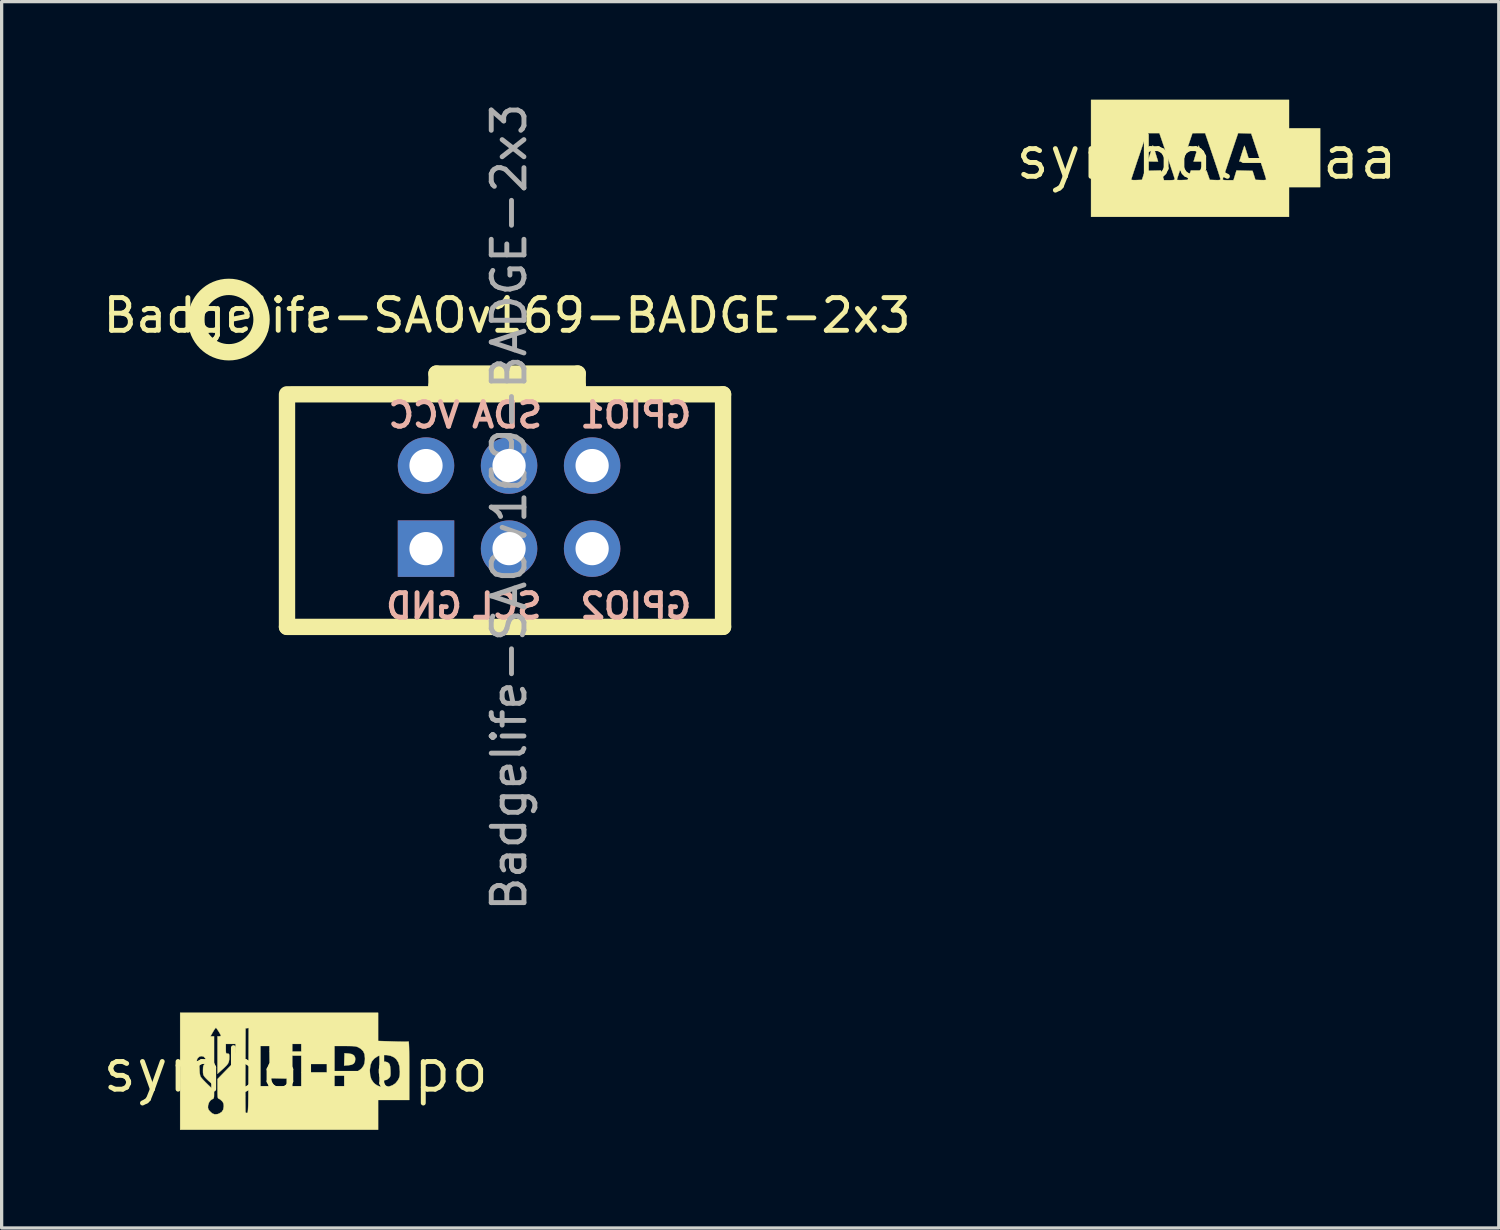
<source format=kicad_pcb>
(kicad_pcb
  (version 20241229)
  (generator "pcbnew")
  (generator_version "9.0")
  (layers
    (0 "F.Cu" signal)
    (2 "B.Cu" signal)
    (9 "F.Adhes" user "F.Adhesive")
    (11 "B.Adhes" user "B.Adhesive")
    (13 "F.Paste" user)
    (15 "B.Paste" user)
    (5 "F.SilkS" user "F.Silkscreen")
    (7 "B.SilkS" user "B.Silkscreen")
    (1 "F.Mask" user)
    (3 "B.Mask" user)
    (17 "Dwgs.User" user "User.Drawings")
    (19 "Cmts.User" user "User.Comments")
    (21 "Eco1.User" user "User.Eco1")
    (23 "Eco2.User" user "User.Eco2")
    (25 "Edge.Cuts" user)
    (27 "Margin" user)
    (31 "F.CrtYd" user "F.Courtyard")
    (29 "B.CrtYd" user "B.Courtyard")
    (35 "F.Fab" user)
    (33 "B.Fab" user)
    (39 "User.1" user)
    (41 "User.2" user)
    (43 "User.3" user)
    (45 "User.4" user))
  (footprint "Badgelife-SAOv169-BADGE-2x3"
    (layer "F.Cu")
    (at 12.458 12.438)
    (property "Reference" "Badgelife-SAOv169-BADGE-2x3" (at 0 -5.842 0) (layer "F.SilkS") (effects (font (size 1 1) (thickness 0.15))))
    (attr through_hole)
    (fp_line (start -6.731 3.683) (end -6.731 -3.429) (stroke (width 0.5) (type solid)) (layer "F.SilkS"))
    (fp_line (start -6.604 -3.429) (end 6.604 -3.429) (stroke (width 0.5) (type solid)) (layer "F.SilkS"))
    (fp_line (start -2.159 -4.064) (end 2.159 -4.064) (stroke (width 0.5) (type solid)) (layer "F.SilkS"))
    (fp_line (start -2.159 -3.556) (end -2.159 -4.064) (stroke (width 0.5) (type solid)) (layer "F.SilkS"))
    (fp_line (start 2.159 -4.064) (end 2.159 -3.556) (stroke (width 0.5) (type solid)) (layer "F.SilkS"))
    (fp_line (start 2.159 -3.683) (end -2.159 -3.683) (stroke (width 0.5) (type solid)) (layer "F.SilkS"))
    (fp_line (start 6.604 -3.429) (end 6.604 3.683) (stroke (width 0.5) (type solid)) (layer "F.SilkS"))
    (fp_line (start 6.604 3.683) (end -6.731 3.683) (stroke (width 0.5) (type solid)) (layer "F.SilkS"))
    (fp_circle (center -8.509 -5.715) (end -7.509 -5.715) (stroke (width 0.5) (type solid)) (fill no) (layer "F.SilkS"))
    (fp_text user "SCL" (at 0 3.048 0) (layer "B.SilkS") (effects (font (size 0.75 0.75) (thickness 0.15)) (justify mirror)))
    (fp_text user "GND" (at -2.54 3.048 0) (layer "B.SilkS") (effects (font (size 0.75 0.75) (thickness 0.15)) (justify mirror)))
    (fp_text user "SDA" (at 0 -2.794 0) (layer "B.SilkS") (effects (font (size 0.75 0.75) (thickness 0.15)) (justify mirror)))
    (fp_text user "GPIO2" (at 3.937 3.048 0) (layer "B.SilkS") (effects (font (size 0.75 0.75) (thickness 0.15)) (justify mirror)))
    (fp_text user "GPIO1" (at 3.937 -2.794 0) (layer "B.SilkS") (effects (font (size 0.75 0.75) (thickness 0.15)) (justify mirror)))
    (fp_text user "VCC" (at -2.54 -2.794 0) (layer "B.SilkS") (effects (font (size 0.75 0.75) (thickness 0.15)) (justify mirror)))
    (fp_text user "${REFERENCE}" (at 0.06 0.02 270) (layer "F.Fab") (effects (font (size 1 1) (thickness 0.15))))
    (pad "1" thru_hole oval (at -2.48 -1.25 270) (size 1.727 1.727) (drill 1.016) (layers "*.Cu" "*.Mask"))
    (pad "2" thru_hole rect (at -2.48 1.29 270) (size 1.727 1.727) (drill 1.016) (layers "*.Cu" "*.Mask"))
    (pad "3" thru_hole oval (at 0.06 -1.25 270) (size 1.727 1.727) (drill 1.016) (layers "*.Cu" "*.Mask"))
    (pad "4" thru_hole oval (at 0.06 1.29 270) (size 1.727 1.727) (drill 1.016) (layers "*.Cu" "*.Mask"))
    (pad "5" thru_hole circle (at 2.6 -1.25 270) (size 1.727 1.727) (drill 1.016) (layers "*.Cu" "*.Mask"))
    (pad "6" thru_hole circle (at 2.6 1.29 270) (size 1.727 1.727) (drill 1.016) (layers "*.Cu" "*.Mask")))
  (footprint "symbol-aaa"
    (layer "F.Cu")
    (at 33.851 1.762)
    (property "Reference" "symbol-aaa" (at 0 0 0) (layer "F.SilkS") (effects (font (size 1.27 1.27) (thickness 0.15))))
    (attr through_hole)
    (fp_poly (pts (xy -1.615 -0.286) (xy -1.595 -0.223) (xy -1.567 -0.138) (xy -1.539 -0.047) (xy -1.536 -0.037) (xy -1.485 0.127) (xy -1.644 0.127) (xy -1.726 0.126) (xy -1.773 0.121) (xy -1.792 0.111) (xy -1.791 0.095) (xy -1.78 0.062) (xy -1.76 -0.002) (xy -1.733 -0.085) (xy -1.712 -0.154) (xy -1.645 -0.37) (xy -1.615 -0.286)) (stroke (width 0.01) (type solid)) (fill yes) (layer "F.SilkS"))
    (fp_poly (pts (xy -0.235 -0.341) (xy -0.217 -0.292) (xy -0.194 -0.222) (xy -0.19 -0.206) (xy -0.162 -0.116) (xy -0.135 -0.028) (xy -0.114 0.037) (xy -0.087 0.127) (xy -0.4 0.127) (xy -0.372 0.037) (xy -0.352 -0.03) (xy -0.325 -0.118) (xy -0.297 -0.206) (xy -0.274 -0.279) (xy -0.255 -0.334) (xy -0.244 -0.359) (xy -0.243 -0.36) (xy -0.235 -0.341)) (stroke (width 0.01) (type solid)) (fill yes) (layer "F.SilkS"))
    (fp_poly (pts (xy 1.162 -0.34) (xy 1.18 -0.292) (xy 1.204 -0.219) (xy 1.226 -0.15) (xy 1.255 -0.059) (xy 1.28 0.02) (xy 1.298 0.075) (xy 1.304 0.095) (xy 1.305 0.111) (xy 1.285 0.121) (xy 1.237 0.126) (xy 1.158 0.127) (xy 0.999 0.127) (xy 1.073 -0.111) (xy 1.103 -0.205) (xy 1.128 -0.282) (xy 1.146 -0.335) (xy 1.154 -0.356) (xy 1.162 -0.34)) (stroke (width 0.01) (type solid)) (fill yes) (layer "F.SilkS"))
    (fp_poly (pts (xy 2.519 -0.889) (xy 3.471 -0.889) (xy 3.471 0.91) (xy 2.519 0.91) (xy 2.519 1.82) (xy -3.535 1.82) (xy -3.535 0.684) (xy -2.308 0.684) (xy -2.288 0.691) (xy -2.236 0.695) (xy -2.163 0.695) (xy -2.143 0.694) (xy -1.979 0.688) (xy -1.933 0.55) (xy -1.887 0.413) (xy -1.4 0.401) (xy -1.352 0.55) (xy -1.304 0.699) (xy -1.139 0.699) (xy -1.048 0.696) (xy -0.994 0.689) (xy -0.987 0.684) (xy -0.91 0.684) (xy -0.891 0.691) (xy -0.839 0.695) (xy -0.766 0.695) (xy -0.746 0.694) (xy -0.582 0.688) (xy -0.532 0.545) (xy -0.482 0.402) (xy -0.005 0.402) (xy 0.045 0.545) (xy 0.095 0.688) (xy 0.259 0.694) (xy 0.346 0.696) (xy 0.397 0.692) (xy 0.42 0.681) (xy 0.423 0.672) (xy 0.491 0.672) (xy 0.499 0.686) (xy 0.537 0.695) (xy 0.61 0.698) (xy 0.653 0.699) (xy 0.821 0.699) (xy 0.867 0.55) (xy 0.912 0.401) (xy 1.158 0.407) (xy 1.404 0.413) (xy 1.448 0.55) (xy 1.492 0.688) (xy 1.656 0.694) (xy 1.744 0.696) (xy 1.796 0.691) (xy 1.818 0.68) (xy 1.82 0.673) (xy 1.814 0.647) (xy 1.795 0.585) (xy 1.767 0.494) (xy 1.729 0.376) (xy 1.684 0.238) (xy 1.633 0.084) (xy 1.591 -0.043) (xy 1.362 -0.73) (xy 1.162 -0.736) (xy 0.963 -0.742) (xy 0.73 -0.048) (xy 0.675 0.115) (xy 0.625 0.267) (xy 0.58 0.401) (xy 0.542 0.514) (xy 0.514 0.6) (xy 0.496 0.654) (xy 0.491 0.672) (xy 0.423 0.672) (xy 0.423 0.671) (xy 0.416 0.642) (xy 0.395 0.573) (xy 0.361 0.465) (xy 0.313 0.318) (xy 0.251 0.134) (xy 0.176 -0.089) (xy 0.088 -0.348) (xy 0.017 -0.556) (xy -0.046 -0.741) (xy -0.24 -0.741) (xy -0.434 -0.74) (xy -0.672 -0.037) (xy -0.728 0.127) (xy -0.779 0.279) (xy -0.823 0.413) (xy -0.86 0.526) (xy -0.888 0.611) (xy -0.905 0.665) (xy -0.91 0.684) (xy -0.987 0.684) (xy -0.974 0.675) (xy -0.974 0.672) (xy -0.98 0.646) (xy -0.999 0.586) (xy -1.028 0.494) (xy -1.067 0.377) (xy -1.113 0.239) (xy -1.164 0.085) (xy -1.209 -0.048) (xy -1.445 -0.741) (xy -1.832 -0.741) (xy -2.07 -0.037) (xy -2.126 0.127) (xy -2.176 0.279) (xy -2.221 0.413) (xy -2.258 0.526) (xy -2.286 0.611) (xy -2.303 0.665) (xy -2.308 0.684) (xy -3.535 0.684) (xy -3.535 -1.757) (xy 2.519 -1.757) (xy 2.519 -0.889)) (stroke (width 0.01) (type solid)) (fill yes) (layer "F.SilkS")))
  (footprint "symbol-lipo"
    (layer "F.Cu")
    (at 5.994 29.679)
    (property "Reference" "symbol-lipo" (at 0 0 0) (layer "F.SilkS") (effects (font (size 1.27 1.27) (thickness 0.15))))
    (attr through_hole)
    (fp_poly (pts (xy 1.609 -0.511) (xy 1.711 -0.494) (xy 1.779 -0.455) (xy 1.814 -0.393) (xy 1.82 -0.337) (xy 1.809 -0.255) (xy 1.771 -0.2) (xy 1.702 -0.166) (xy 1.611 -0.152) (xy 1.48 -0.143) (xy 1.486 -0.331) (xy 1.492 -0.519) (xy 1.609 -0.511)) (stroke (width 0.01) (type solid)) (fill yes) (layer "F.SilkS"))
    (fp_poly (pts (xy 2.805 -0.243) (xy 2.851 -0.207) (xy 2.873 -0.171) (xy 2.887 -0.114) (xy 2.895 -0.026) (xy 2.897 0.009) (xy 2.899 0.098) (xy 2.896 0.155) (xy 2.886 0.194) (xy 2.866 0.225) (xy 2.854 0.239) (xy 2.783 0.293) (xy 2.704 0.308) (xy 2.65 0.296) (xy 2.6 0.254) (xy 2.564 0.18) (xy 2.544 0.086) (xy 2.543 -0.022) (xy 2.562 -0.132) (xy 2.563 -0.134) (xy 2.601 -0.205) (xy 2.661 -0.248) (xy 2.733 -0.262) (xy 2.805 -0.243)) (stroke (width 0.01) (type solid)) (fill yes) (layer "F.SilkS"))
    (fp_poly (pts (xy 2.519 -0.895) (xy 2.974 -0.88) (xy 3.109 -0.876) (xy 3.23 -0.874) (xy 3.331 -0.873) (xy 3.405 -0.874) (xy 3.445 -0.877) (xy 3.45 -0.878) (xy 3.456 -0.861) (xy 3.461 -0.803) (xy 3.465 -0.703) (xy 3.468 -0.561) (xy 3.47 -0.376) (xy 3.471 -0.15) (xy 3.471 0.009) (xy 3.471 0.91) (xy 2.519 0.91) (xy 2.519 1.82) (xy -3.535 1.82) (xy -3.535 -0.309) (xy -3.026 -0.309) (xy -3.025 -0.245) (xy -2.992 -0.187) (xy -2.985 -0.18) (xy -2.96 -0.149) (xy -2.947 -0.105) (xy -2.942 -0.034) (xy -2.942 -0.002) (xy -2.937 0.085) (xy -2.924 0.159) (xy -2.912 0.195) (xy -2.885 0.232) (xy -2.834 0.29) (xy -2.767 0.36) (xy -2.69 0.436) (xy -2.69 0.436) (xy -2.498 0.619) (xy -2.498 0.742) (xy -2.5 0.814) (xy -2.509 0.855) (xy -2.528 0.874) (xy -2.537 0.877) (xy -2.603 0.919) (xy -2.654 0.989) (xy -2.681 1.078) (xy -2.682 1.084) (xy -2.684 1.151) (xy -2.668 1.201) (xy -2.634 1.247) (xy -2.558 1.318) (xy -2.481 1.35) (xy -2.394 1.343) (xy -2.341 1.325) (xy -2.262 1.275) (xy -2.217 1.203) (xy -2.201 1.102) (xy -2.201 1.098) (xy -2.207 1.027) (xy -2.229 0.976) (xy -2.266 0.933) (xy -2.313 0.893) (xy -2.352 0.87) (xy -2.362 0.868) (xy -2.374 0.861) (xy -2.382 0.836) (xy -2.388 0.787) (xy -2.391 0.709) (xy -2.391 0.634) (xy -1.541 0.634) (xy -1.541 0.815) (xy -1.54 0.972) (xy -1.539 1.101) (xy -1.538 1.199) (xy -1.537 1.263) (xy -1.535 1.287) (xy -1.508 1.308) (xy -1.487 1.308) (xy -1.479 1.305) (xy -1.473 1.295) (xy -1.467 1.277) (xy -1.463 1.247) (xy -1.459 1.201) (xy -1.456 1.137) (xy -1.453 1.051) (xy -1.451 0.941) (xy -1.449 0.804) (xy -1.448 0.635) (xy -1.446 0.432) (xy -1.445 0.193) (xy -1.444 0.004) (xy -1.441 -0.741) (xy -1.079 -0.741) (xy -1.079 0.487) (xy -0.275 0.487) (xy -0.275 0.255) (xy -0.534 0.249) (xy -0.794 0.243) (xy -0.802 -0.445) (xy -0.106 -0.445) (xy -0.106 0.487) (xy 0.169 0.487) (xy 0.169 -0.191) (xy 0.381 -0.191) (xy 0.381 0.064) (xy 0.953 0.064) (xy 0.953 -0.191) (xy 0.381 -0.191) (xy 0.169 -0.191) (xy 0.169 -0.445) (xy -0.106 -0.445) (xy -0.802 -0.445) (xy -0.805 -0.741) (xy -1.079 -0.741) (xy -1.441 -0.741) (xy -1.441 -0.804) (xy -0.106 -0.804) (xy -0.106 -0.572) (xy 0.169 -0.572) (xy 0.169 -0.741) (xy 1.185 -0.741) (xy 1.185 0.487) (xy 1.482 0.487) (xy 1.482 0.085) (xy 1.635 0.084) (xy 1.782 0.071) (xy 1.901 0.031) (xy 1.908 0.026) (xy 2.265 0.026) (xy 2.277 0.167) (xy 2.313 0.281) (xy 2.377 0.375) (xy 2.42 0.417) (xy 2.488 0.464) (xy 2.56 0.494) (xy 2.577 0.498) (xy 2.634 0.509) (xy 2.674 0.517) (xy 2.678 0.518) (xy 2.728 0.521) (xy 2.803 0.51) (xy 2.886 0.488) (xy 2.962 0.459) (xy 2.963 0.458) (xy 3.048 0.402) (xy 3.116 0.318) (xy 3.122 0.309) (xy 3.154 0.251) (xy 3.173 0.199) (xy 3.183 0.138) (xy 3.185 0.053) (xy 3.185 0.034) (xy 3.173 -0.12) (xy 3.135 -0.243) (xy 3.07 -0.34) (xy 2.999 -0.398) (xy 2.906 -0.44) (xy 2.791 -0.463) (xy 2.671 -0.466) (xy 2.56 -0.448) (xy 2.506 -0.427) (xy 2.401 -0.357) (xy 2.327 -0.267) (xy 2.283 -0.154) (xy 2.266 -0.012) (xy 2.265 0.026) (xy 1.908 0.026) (xy 1.997 -0.038) (xy 2.015 -0.056) (xy 2.069 -0.127) (xy 2.101 -0.207) (xy 2.115 -0.308) (xy 2.117 -0.369) (xy 2.104 -0.49) (xy 2.062 -0.584) (xy 1.987 -0.657) (xy 1.927 -0.693) (xy 1.887 -0.712) (xy 1.846 -0.725) (xy 1.796 -0.733) (xy 1.729 -0.738) (xy 1.637 -0.74) (xy 1.51 -0.741) (xy 1.185 -0.741) (xy 0.169 -0.741) (xy 0.169 -0.804) (xy -0.106 -0.804) (xy -1.441 -0.804) (xy -1.439 -1.294) (xy -1.487 -1.287) (xy -1.535 -1.281) (xy -1.54 -0.011) (xy -1.541 0.218) (xy -1.541 0.434) (xy -1.541 0.634) (xy -2.391 0.634) (xy -2.392 0.595) (xy -2.392 0.569) (xy -2.392 0.27) (xy -2.17 0.042) (xy -1.947 -0.186) (xy -1.947 -0.347) (xy -1.947 -0.428) (xy -1.943 -0.476) (xy -1.933 -0.5) (xy -1.914 -0.507) (xy -1.894 -0.508) (xy -1.867 -0.51) (xy -1.851 -0.523) (xy -1.844 -0.555) (xy -1.842 -0.617) (xy -1.841 -0.656) (xy -1.841 -0.804) (xy -2.138 -0.804) (xy -2.138 -0.656) (xy -2.137 -0.579) (xy -2.133 -0.534) (xy -2.121 -0.514) (xy -2.099 -0.508) (xy -2.085 -0.508) (xy -2.052 -0.504) (xy -2.037 -0.484) (xy -2.032 -0.437) (xy -2.032 -0.415) (xy -2.035 -0.327) (xy -2.047 -0.259) (xy -2.073 -0.201) (xy -2.12 -0.142) (xy -2.192 -0.071) (xy -2.225 -0.041) (xy -2.392 0.109) (xy -2.392 -1.037) (xy -2.339 -1.037) (xy -2.299 -1.043) (xy -2.287 -1.053) (xy -2.298 -1.082) (xy -2.325 -1.132) (xy -2.36 -1.19) (xy -2.397 -1.245) (xy -2.426 -1.286) (xy -2.441 -1.299) (xy -2.459 -1.283) (xy -2.491 -1.239) (xy -2.529 -1.176) (xy -2.533 -1.169) (xy -2.607 -1.037) (xy -2.498 -1.037) (xy -2.498 0.47) (xy -2.602 0.382) (xy -2.67 0.322) (xy -2.736 0.258) (xy -2.771 0.221) (xy -2.806 0.177) (xy -2.826 0.135) (xy -2.835 0.081) (xy -2.836 0.002) (xy -2.833 -0.086) (xy -2.822 -0.141) (xy -2.802 -0.171) (xy -2.759 -0.23) (xy -2.747 -0.299) (xy -2.766 -0.364) (xy -2.814 -0.414) (xy -2.827 -0.42) (xy -2.894 -0.432) (xy -2.954 -0.411) (xy -3 -0.367) (xy -3.026 -0.309) (xy -3.535 -0.309) (xy -3.535 -1.757) (xy 2.519 -1.757) (xy 2.519 -0.895)) (stroke (width 0.01) (type solid)) (fill yes) (layer "F.SilkS")))
  (gr_rect
    (start -3 -3)
    (end 42.785 34.504)
    (stroke (width 0.1) (type default))
    (fill no)
    (layer "Edge.Cuts")))
</source>
